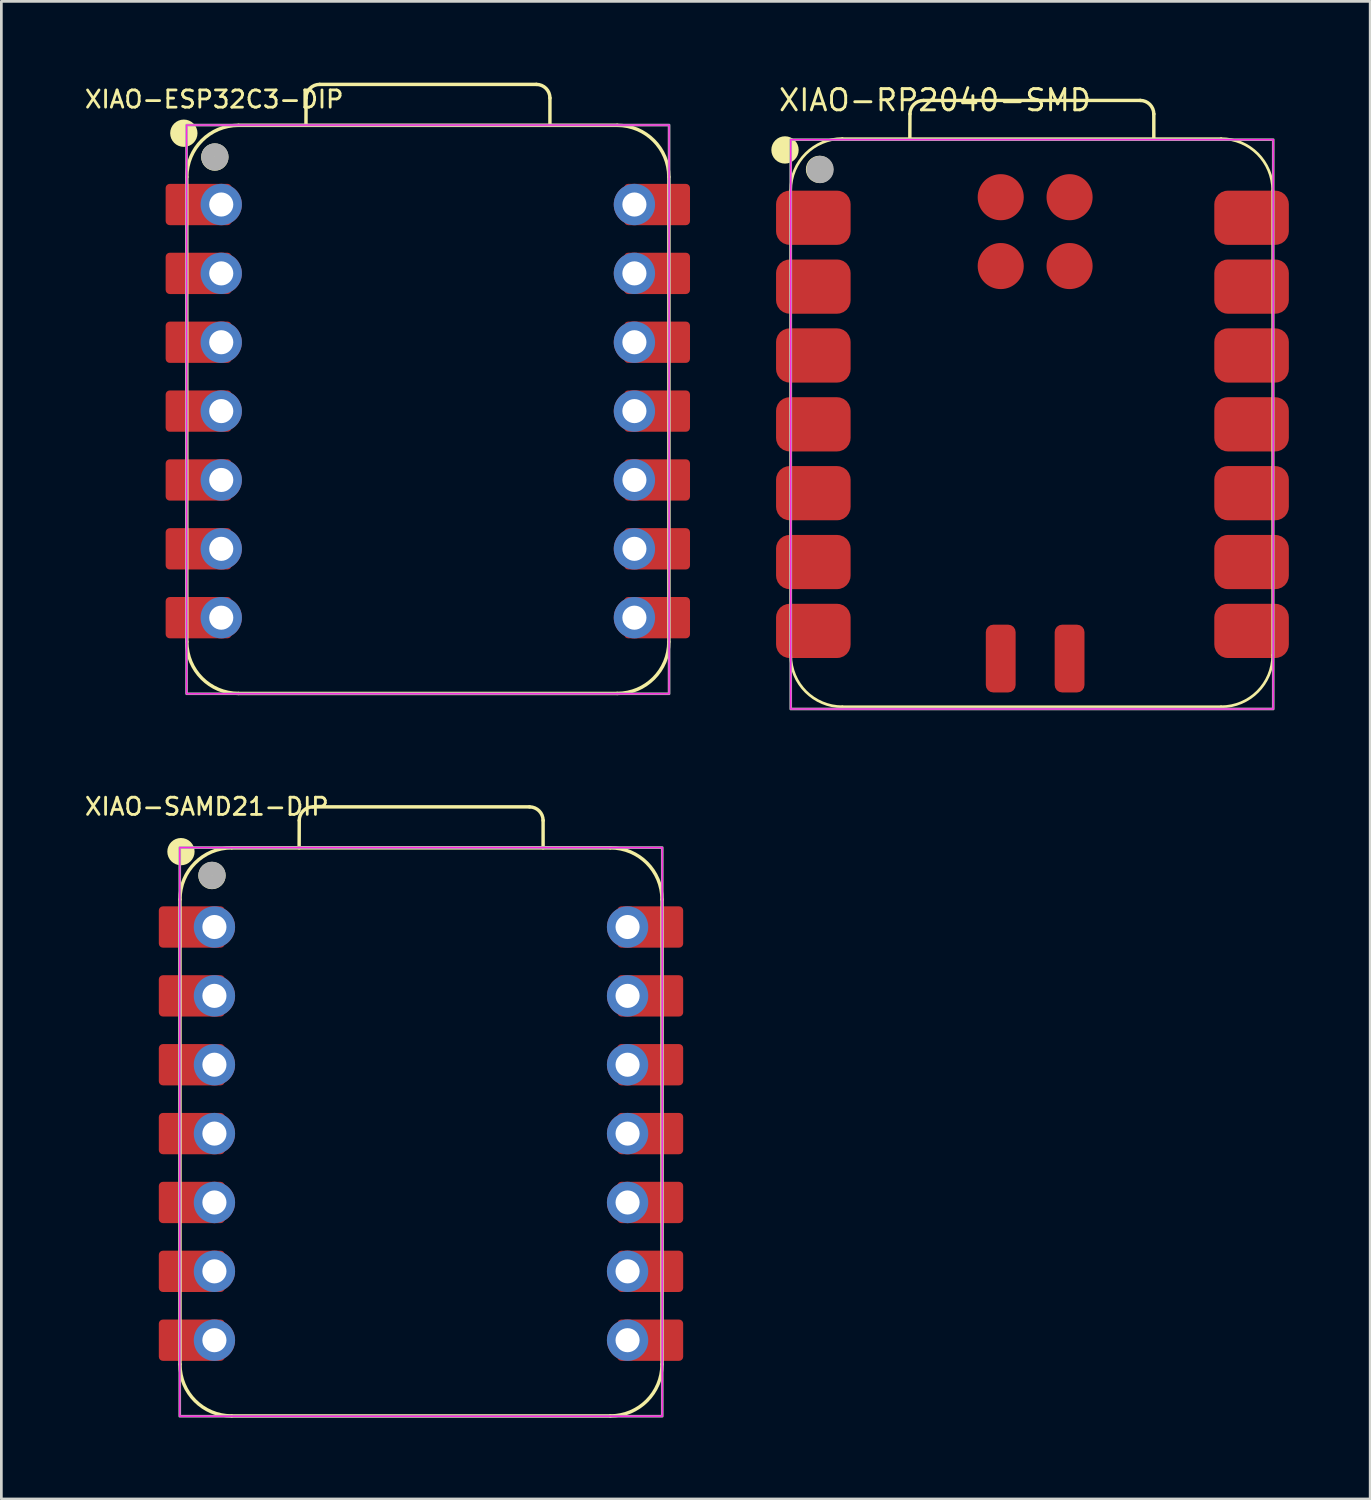
<source format=kicad_pcb>
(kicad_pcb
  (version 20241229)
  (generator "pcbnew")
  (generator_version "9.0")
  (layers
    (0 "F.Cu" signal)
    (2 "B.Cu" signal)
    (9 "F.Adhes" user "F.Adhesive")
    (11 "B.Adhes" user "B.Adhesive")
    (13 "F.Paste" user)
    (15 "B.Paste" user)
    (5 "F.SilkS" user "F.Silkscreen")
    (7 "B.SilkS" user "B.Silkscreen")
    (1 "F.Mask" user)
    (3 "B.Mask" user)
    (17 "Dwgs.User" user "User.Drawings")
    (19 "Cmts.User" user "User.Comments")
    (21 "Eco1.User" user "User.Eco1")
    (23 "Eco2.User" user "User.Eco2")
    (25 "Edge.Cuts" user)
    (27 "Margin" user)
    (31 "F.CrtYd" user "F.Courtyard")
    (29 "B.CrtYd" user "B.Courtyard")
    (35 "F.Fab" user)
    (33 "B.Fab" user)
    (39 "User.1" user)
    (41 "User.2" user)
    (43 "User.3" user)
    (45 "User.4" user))
  (footprint "XIAO-ESP32C3-DIP"
    (layer "F.Cu")
    (at 12.851 12.114)
    (property "Reference" "XIAO-ESP32C3-DIP" (at -8 -11.5 0) (unlocked yes) (layer "F.SilkS") (effects (font (size 0.635 0.635) (thickness 0.102))))
    (attr smd)
    (fp_line (start -9.01 8.509) (end -9.01 -8.636) (stroke (width 0.127) (type solid)) (layer "F.SilkS"))
    (fp_line (start -7.105 10.414) (end 6.865 10.414) (stroke (width 0.127) (type solid)) (layer "F.SilkS"))
    (fp_line (start -4.615 -10.541) (end -4.611 -11.551) (stroke (width 0.127) (type solid)) (layer "F.SilkS"))
    (fp_line (start -4.111 -12.051) (end 3.884 -12.051) (stroke (width 0.127) (type solid)) (layer "F.SilkS"))
    (fp_line (start 4.384 -11.551) (end 4.384 -10.541) (stroke (width 0.127) (type solid)) (layer "F.SilkS"))
    (fp_line (start 6.865 -10.541) (end -7.105 -10.541) (stroke (width 0.1) (type solid)) (layer "F.SilkS"))
    (fp_line (start 6.865 -10.541) (end -7.105 -10.541) (stroke (width 0.127) (type solid)) (layer "F.SilkS"))
    (fp_line (start 8.77 8.509) (end 8.77 -8.636) (stroke (width 0.127) (type solid)) (layer "F.SilkS"))
    (fp_arc (start -9.01 -8.636) (mid -8.452038 -9.983038) (end -7.105 -10.541) (stroke (width 0.127) (type solid)) (layer "F.SilkS"))
    (fp_arc (start -7.105 10.414) (mid -8.452038 9.856038) (end -9.01 8.509) (stroke (width 0.127) (type solid)) (layer "F.SilkS"))
    (fp_arc (start -4.611272 -11.551272) (mid -4.464728 -11.90464) (end -4.111272 -12.051) (stroke (width 0.127) (type default)) (layer "F.SilkS"))
    (fp_arc (start 3.884 -12.051) (mid 4.237553 -11.904553) (end 4.384 -11.551) (stroke (width 0.127) (type default)) (layer "F.SilkS"))
    (fp_arc (start 6.865 -10.541) (mid 8.212038 -9.983038) (end 8.77 -8.636) (stroke (width 0.127) (type solid)) (layer "F.SilkS"))
    (fp_arc (start 8.77 8.509) (mid 8.212038 9.856038) (end 6.865 10.414) (stroke (width 0.127) (type solid)) (layer "F.SilkS"))
    (fp_circle (center -9.12 -10.25) (end -9.12 -10.504) (stroke (width 0.5) (type solid)) (fill yes) (layer "F.SilkS"))
    (fp_circle (center -7.977 -9.37) (end -7.977 -9.624) (stroke (width 0.5) (type solid)) (fill yes) (layer "F.SilkS"))
    (fp_rect (start -9.02 -10.55) (end 8.78 10.425) (stroke (width 0.05) (type default)) (fill no) (layer "F.CrtYd"))
    (fp_rect (start -9.02 -10.55) (end 8.78 10.425) (stroke (width 0.1) (type default)) (fill no) (layer "F.Fab"))
    (fp_circle (center -7.974 -9.376) (end -7.974 -9.63) (stroke (width 0.5) (type solid)) (fill no) (layer "F.Fab"))
    (pad "1" smd roundrect (at -8.575 -7.62 180) (size 2.432 1.524) (layers "F.Cu" "F.Mask") (roundrect_rratio 0.1))
    (pad "1" thru_hole circle (at -7.74 -7.62 180) (size 1.524 1.524) (drill 0.889) (layers "*.Cu" "*.Mask"))
    (pad "2" smd roundrect (at -8.575 -5.08 180) (size 2.432 1.524) (layers "F.Cu" "F.Mask") (roundrect_rratio 0.1))
    (pad "2" thru_hole circle (at -7.74 -5.08 180) (size 1.524 1.524) (drill 0.889) (layers "*.Cu" "*.Mask"))
    (pad "3" smd roundrect (at -8.575 -2.54 180) (size 2.432 1.524) (layers "F.Cu" "F.Mask") (roundrect_rratio 0.1))
    (pad "3" thru_hole circle (at -7.74 -2.54 180) (size 1.524 1.524) (drill 0.889) (layers "*.Cu" "*.Mask"))
    (pad "4" smd roundrect (at -8.575 0 180) (size 2.432 1.524) (layers "F.Cu" "F.Mask") (roundrect_rratio 0.1))
    (pad "4" thru_hole circle (at -7.74 0 180) (size 1.524 1.524) (drill 0.889) (layers "*.Cu" "*.Mask"))
    (pad "5" smd roundrect (at -8.575 2.54 180) (size 2.432 1.524) (layers "F.Cu" "F.Mask") (roundrect_rratio 0.1))
    (pad "5" thru_hole circle (at -7.74 2.54 180) (size 1.524 1.524) (drill 0.889) (layers "*.Cu" "*.Mask"))
    (pad "6" smd roundrect (at -8.575 5.08 180) (size 2.432 1.524) (layers "F.Cu" "F.Mask") (roundrect_rratio 0.1))
    (pad "6" thru_hole circle (at -7.74 5.08 180) (size 1.524 1.524) (drill 0.889) (layers "*.Cu" "*.Mask"))
    (pad "7" smd roundrect (at -8.575 7.62 180) (size 2.432 1.524) (layers "F.Cu" "F.Mask") (roundrect_rratio 0.1))
    (pad "7" thru_hole circle (at -7.74 7.62 180) (size 1.524 1.524) (drill 0.889) (layers "*.Cu" "*.Mask"))
    (pad "8" thru_hole circle (at 7.5 7.62) (size 1.524 1.524) (drill 0.889) (layers "*.Cu" "*.Mask"))
    (pad "8" smd roundrect (at 8.335 7.62) (size 2.432 1.524) (layers "F.Cu" "F.Mask") (roundrect_rratio 0.1))
    (pad "9" thru_hole circle (at 7.5 5.08) (size 1.524 1.524) (drill 0.889) (layers "*.Cu" "*.Mask"))
    (pad "9" smd roundrect (at 8.335 5.08) (size 2.432 1.524) (layers "F.Cu" "F.Mask") (roundrect_rratio 0.1))
    (pad "10" thru_hole circle (at 7.5 2.54) (size 1.524 1.524) (drill 0.889) (layers "*.Cu" "*.Mask"))
    (pad "10" smd roundrect (at 8.335 2.54) (size 2.432 1.524) (layers "F.Cu" "F.Mask") (roundrect_rratio 0.1))
    (pad "11" thru_hole circle (at 7.5 0) (size 1.524 1.524) (drill 0.889) (layers "*.Cu" "*.Mask"))
    (pad "11" smd roundrect (at 8.335 0) (size 2.432 1.524) (layers "F.Cu" "F.Mask") (roundrect_rratio 0.1))
    (pad "12" thru_hole circle (at 7.5 -2.54) (size 1.524 1.524) (drill 0.889) (layers "*.Cu" "*.Mask"))
    (pad "12" smd roundrect (at 8.335 -2.54) (size 2.432 1.524) (layers "F.Cu" "F.Mask") (roundrect_rratio 0.1))
    (pad "13" thru_hole circle (at 7.5 -5.08) (size 1.524 1.524) (drill 0.889) (layers "*.Cu" "*.Mask"))
    (pad "13" smd roundrect (at 8.335 -5.08) (size 2.432 1.524) (layers "F.Cu" "F.Mask") (roundrect_rratio 0.1))
    (pad "14" thru_hole circle (at 7.5 -7.62) (size 1.524 1.524) (drill 0.889) (layers "*.Cu" "*.Mask"))
    (pad "14" smd roundrect (at 8.335 -7.62) (size 2.432 1.524) (layers "F.Cu" "F.Mask") (roundrect_rratio 0.1)))
  (footprint "XIAO-SAMD21-DIP"
    (layer "F.Cu")
    (at 12.579 38.702)
    (property "Reference" "XIAO-SAMD21-DIP" (at -8 -12 0) (unlocked yes) (layer "F.SilkS") (effects (font (size 0.635 0.635) (thickness 0.102))))
    (attr smd)
    (fp_line (start -8.99 8.572) (end -8.99 -8.573) (stroke (width 0.127) (type solid)) (layer "F.SilkS"))
    (fp_line (start -7.085 10.476) (end 6.885 10.476) (stroke (width 0.127) (type solid)) (layer "F.SilkS"))
    (fp_line (start -4.595 -10.479) (end -4.591 -11.489) (stroke (width 0.127) (type solid)) (layer "F.SilkS"))
    (fp_line (start -4.091 -11.989) (end 3.904 -11.989) (stroke (width 0.127) (type solid)) (layer "F.SilkS"))
    (fp_line (start 4.404 -11.489) (end 4.404 -10.479) (stroke (width 0.127) (type solid)) (layer "F.SilkS"))
    (fp_line (start 6.885 -10.479) (end -7.085 -10.479) (stroke (width 0.1) (type solid)) (layer "F.SilkS"))
    (fp_line (start 6.885 -10.479) (end -7.085 -10.479) (stroke (width 0.127) (type solid)) (layer "F.SilkS"))
    (fp_line (start 8.79 8.572) (end 8.79 -8.573) (stroke (width 0.127) (type solid)) (layer "F.SilkS"))
    (fp_arc (start -8.99 -8.5735) (mid -8.432038 -9.920538) (end -7.085 -10.4785) (stroke (width 0.127) (type solid)) (layer "F.SilkS"))
    (fp_arc (start -7.085 10.4765) (mid -8.432038 9.918538) (end -8.99 8.5715) (stroke (width 0.127) (type solid)) (layer "F.SilkS"))
    (fp_arc (start -4.591272 -11.488772) (mid -4.444728 -11.84214) (end -4.091272 -11.9885) (stroke (width 0.127) (type default)) (layer "F.SilkS"))
    (fp_arc (start 3.904 -11.9885) (mid 4.257553 -11.842053) (end 4.404 -11.4885) (stroke (width 0.127) (type default)) (layer "F.SilkS"))
    (fp_arc (start 6.885 -10.4785) (mid 8.232038 -9.920538) (end 8.79 -8.5735) (stroke (width 0.127) (type solid)) (layer "F.SilkS"))
    (fp_arc (start 8.79 8.5715) (mid 8.232038 9.918538) (end 6.885 10.4765) (stroke (width 0.127) (type solid)) (layer "F.SilkS"))
    (fp_circle (center -8.954 -10.338) (end -8.954 -10.591) (stroke (width 0.5) (type solid)) (fill yes) (layer "F.SilkS"))
    (fp_circle (center -7.811 -9.457) (end -7.811 -9.711) (stroke (width 0.5) (type solid)) (fill yes) (layer "F.SilkS"))
    (fp_rect (start -9 -10.488) (end 8.8 10.488) (stroke (width 0.05) (type default)) (fill no) (layer "F.CrtYd"))
    (fp_rect (start -9 -10.488) (end 8.8 10.488) (stroke (width 0.1) (type default)) (fill no) (layer "F.Fab"))
    (fp_circle (center -7.808 -9.463) (end -7.808 -9.717) (stroke (width 0.5) (type solid)) (fill no) (layer "F.Fab"))
    (pad "1" smd roundrect (at -8.555 -7.558 180) (size 2.432 1.524) (layers "F.Cu" "F.Mask") (roundrect_rratio 0.1))
    (pad "1" thru_hole circle (at -7.72 -7.558 180) (size 1.524 1.524) (drill 0.889) (layers "*.Cu" "*.Mask"))
    (pad "2" smd roundrect (at -8.555 -5.018 180) (size 2.432 1.524) (layers "F.Cu" "F.Mask") (roundrect_rratio 0.1))
    (pad "2" thru_hole circle (at -7.72 -5.018 180) (size 1.524 1.524) (drill 0.889) (layers "*.Cu" "*.Mask"))
    (pad "3" smd roundrect (at -8.555 -2.478 180) (size 2.432 1.524) (layers "F.Cu" "F.Mask") (roundrect_rratio 0.1))
    (pad "3" thru_hole circle (at -7.72 -2.478 180) (size 1.524 1.524) (drill 0.889) (layers "*.Cu" "*.Mask"))
    (pad "4" smd roundrect (at -8.555 0.062 180) (size 2.432 1.524) (layers "F.Cu" "F.Mask") (roundrect_rratio 0.1))
    (pad "4" thru_hole circle (at -7.72 0.062 180) (size 1.524 1.524) (drill 0.889) (layers "*.Cu" "*.Mask"))
    (pad "5" smd roundrect (at -8.555 2.603 180) (size 2.432 1.524) (layers "F.Cu" "F.Mask") (roundrect_rratio 0.1))
    (pad "5" thru_hole circle (at -7.72 2.603 180) (size 1.524 1.524) (drill 0.889) (layers "*.Cu" "*.Mask"))
    (pad "6" smd roundrect (at -8.555 5.143 180) (size 2.432 1.524) (layers "F.Cu" "F.Mask") (roundrect_rratio 0.1))
    (pad "6" thru_hole circle (at -7.72 5.143 180) (size 1.524 1.524) (drill 0.889) (layers "*.Cu" "*.Mask"))
    (pad "7" smd roundrect (at -8.555 7.683 180) (size 2.432 1.524) (layers "F.Cu" "F.Mask") (roundrect_rratio 0.1))
    (pad "7" thru_hole circle (at -7.72 7.683 180) (size 1.524 1.524) (drill 0.889) (layers "*.Cu" "*.Mask"))
    (pad "8" thru_hole circle (at 7.52 7.683) (size 1.524 1.524) (drill 0.889) (layers "*.Cu" "*.Mask"))
    (pad "8" smd roundrect (at 8.355 7.683) (size 2.432 1.524) (layers "F.Cu" "F.Mask") (roundrect_rratio 0.1))
    (pad "9" thru_hole circle (at 7.52 5.143) (size 1.524 1.524) (drill 0.889) (layers "*.Cu" "*.Mask"))
    (pad "9" smd roundrect (at 8.355 5.143) (size 2.432 1.524) (layers "F.Cu" "F.Mask") (roundrect_rratio 0.1))
    (pad "10" thru_hole circle (at 7.52 2.603) (size 1.524 1.524) (drill 0.889) (layers "*.Cu" "*.Mask"))
    (pad "10" smd roundrect (at 8.355 2.603) (size 2.432 1.524) (layers "F.Cu" "F.Mask") (roundrect_rratio 0.1))
    (pad "11" thru_hole circle (at 7.52 0.062) (size 1.524 1.524) (drill 0.889) (layers "*.Cu" "*.Mask"))
    (pad "11" smd roundrect (at 8.355 0.062) (size 2.432 1.524) (layers "F.Cu" "F.Mask") (roundrect_rratio 0.1))
    (pad "12" thru_hole circle (at 7.52 -2.478) (size 1.524 1.524) (drill 0.889) (layers "*.Cu" "*.Mask"))
    (pad "12" smd roundrect (at 8.355 -2.478) (size 2.432 1.524) (layers "F.Cu" "F.Mask") (roundrect_rratio 0.1))
    (pad "13" thru_hole circle (at 7.52 -5.018) (size 1.524 1.524) (drill 0.889) (layers "*.Cu" "*.Mask"))
    (pad "13" smd roundrect (at 8.355 -5.018) (size 2.432 1.524) (layers "F.Cu" "F.Mask") (roundrect_rratio 0.1))
    (pad "14" thru_hole circle (at 7.52 -7.558) (size 1.524 1.524) (drill 0.889) (layers "*.Cu" "*.Mask"))
    (pad "14" smd roundrect (at 8.355 -7.558) (size 2.432 1.524) (layers "F.Cu" "F.Mask") (roundrect_rratio 0.1)))
  (footprint "XIAO-RP2040-SMD"
    (layer "F.Cu")
    (at 34.951 12.602)
    (property "Reference" "XIAO-RP2040-SMD" (at -9.335 -11.5 0) (layer "F.SilkS") (effects (font (size 0.782 0.782) (thickness 0.107)) (justify left bottom)))
    (fp_line (start -8.835 8.513) (end -8.835 -8.632) (stroke (width 0.1) (type solid)) (layer "F.SilkS"))
    (fp_line (start -6.93 10.418) (end 7.04 10.418) (stroke (width 0.1) (type solid)) (layer "F.SilkS"))
    (fp_line (start -4.44 -10.537) (end -4.436 -11.447) (stroke (width 0.127) (type solid)) (layer "F.SilkS"))
    (fp_line (start -3.936 -11.947) (end 4.059 -11.947) (stroke (width 0.127) (type solid)) (layer "F.SilkS"))
    (fp_line (start 4.559 -11.447) (end 4.559 -10.537) (stroke (width 0.127) (type solid)) (layer "F.SilkS"))
    (fp_line (start 7.04 -10.537) (end -6.93 -10.537) (stroke (width 0.1) (type solid)) (layer "F.SilkS"))
    (fp_line (start 8.945 8.513) (end 8.945 -8.632) (stroke (width 0.1) (type solid)) (layer "F.SilkS"))
    (fp_arc (start -8.835 -8.636) (mid -8.277038 -9.983038) (end -6.93 -10.541) (stroke (width 0.1) (type solid)) (layer "F.SilkS"))
    (fp_arc (start -6.93 10.418) (mid -8.277038 9.860038) (end -8.835 8.513) (stroke (width 0.1) (type solid)) (layer "F.SilkS"))
    (fp_arc (start -4.436272 -11.447272) (mid -4.289724 -11.800644) (end -3.936272 -11.947) (stroke (width 0.127) (type default)) (layer "F.SilkS"))
    (fp_arc (start 4.059 -11.947) (mid 4.412553 -11.800553) (end 4.559 -11.447) (stroke (width 0.127) (type default)) (layer "F.SilkS"))
    (fp_arc (start 7.04 -10.537) (mid 8.387038 -9.979038) (end 8.945 -8.632) (stroke (width 0.1) (type solid)) (layer "F.SilkS"))
    (fp_arc (start 8.945 8.513) (mid 8.387038 9.860038) (end 7.04 10.418) (stroke (width 0.1) (type solid)) (layer "F.SilkS"))
    (fp_circle (center -9.045 -10.121) (end -9.045 -10.375) (stroke (width 0.5) (type solid)) (fill yes) (layer "F.SilkS"))
    (fp_circle (center -7.771 -9.404) (end -7.771 -9.658) (stroke (width 0.5) (type solid)) (fill yes) (layer "F.SilkS"))
    (fp_rect (start 8.965 10.5) (end -8.835 -10.5) (stroke (width 0.05) (type default)) (fill no) (layer "F.CrtYd"))
    (fp_rect (start -8.835 -10.5) (end 8.965 10.5) (stroke (width 0.1) (type default)) (fill no) (layer "F.Fab"))
    (fp_circle (center -7.751 -9.4) (end -7.751 -9.654) (stroke (width 0.5) (type solid)) (fill no) (layer "F.Fab"))
    (pad "1" smd roundrect (at -8 -7.62) (size 2.75 2) (layers "F.Cu" "F.Mask" "F.Paste") (roundrect_rratio 0.25))
    (pad "2" smd roundrect (at -8 -5.08) (size 2.75 2) (layers "F.Cu" "F.Mask" "F.Paste") (roundrect_rratio 0.25))
    (pad "3" smd roundrect (at -8 -2.54) (size 2.75 2) (layers "F.Cu" "F.Mask" "F.Paste") (roundrect_rratio 0.25))
    (pad "4" smd roundrect (at -8 0) (size 2.75 2) (layers "F.Cu" "F.Mask" "F.Paste") (roundrect_rratio 0.25))
    (pad "5" smd roundrect (at -8 2.54) (size 2.75 2) (layers "F.Cu" "F.Mask" "F.Paste") (roundrect_rratio 0.25))
    (pad "6" smd roundrect (at -8 5.08) (size 2.75 2) (layers "F.Cu" "F.Mask" "F.Paste") (roundrect_rratio 0.25))
    (pad "7" smd roundrect (at -8 7.62) (size 2.75 2) (layers "F.Cu" "F.Mask" "F.Paste") (roundrect_rratio 0.25))
    (pad "8" smd roundrect (at 8.165 7.62) (size 2.75 2) (layers "F.Cu" "F.Mask" "F.Paste") (roundrect_rratio 0.25))
    (pad "9" smd roundrect (at 8.165 5.08) (size 2.75 2) (layers "F.Cu" "F.Mask" "F.Paste") (roundrect_rratio 0.25))
    (pad "10" smd roundrect (at 8.165 2.54) (size 2.75 2) (layers "F.Cu" "F.Mask" "F.Paste") (roundrect_rratio 0.25))
    (pad "11" smd roundrect (at 8.165 0) (size 2.75 2) (layers "F.Cu" "F.Mask" "F.Paste") (roundrect_rratio 0.25))
    (pad "12" smd roundrect (at 8.165 -2.54) (size 2.75 2) (layers "F.Cu" "F.Mask" "F.Paste") (roundrect_rratio 0.25))
    (pad "13" smd roundrect (at 8.165 -5.08) (size 2.75 2) (layers "F.Cu" "F.Mask" "F.Paste") (roundrect_rratio 0.25))
    (pad "14" smd roundrect (at 8.165 -7.62) (size 2.75 2) (layers "F.Cu" "F.Mask" "F.Paste") (roundrect_rratio 0.25))
    (pad "15" smd roundrect (at -1.088 8.64 270) (size 2.5 1.1) (layers "F.Cu" "F.Mask" "F.Paste") (roundrect_rratio 0.25))
    (pad "16" smd roundrect (at 1.452 8.64 270) (size 2.5 1.1) (layers "F.Cu" "F.Mask" "F.Paste") (roundrect_rratio 0.25))
    (pad "17" smd circle (at -1.088 -8.378) (size 1.7 1.7) (layers "F.Cu" "F.Mask" "F.Paste"))
    (pad "18" smd circle (at 1.452 -8.378) (size 1.7 1.7) (layers "F.Cu" "F.Mask" "F.Paste"))
    (pad "19" smd circle (at -1.088 -5.838) (size 1.7 1.7) (layers "F.Cu" "F.Mask" "F.Paste"))
    (pad "20" smd circle (at 1.452 -5.838) (size 1.7 1.7) (layers "F.Cu" "F.Mask" "F.Paste")))
  (gr_rect
    (start -3 -3)
    (end 47.491 52.242)
    (stroke (width 0.1) (type default))
    (fill no)
    (layer "Edge.Cuts")))
</source>
